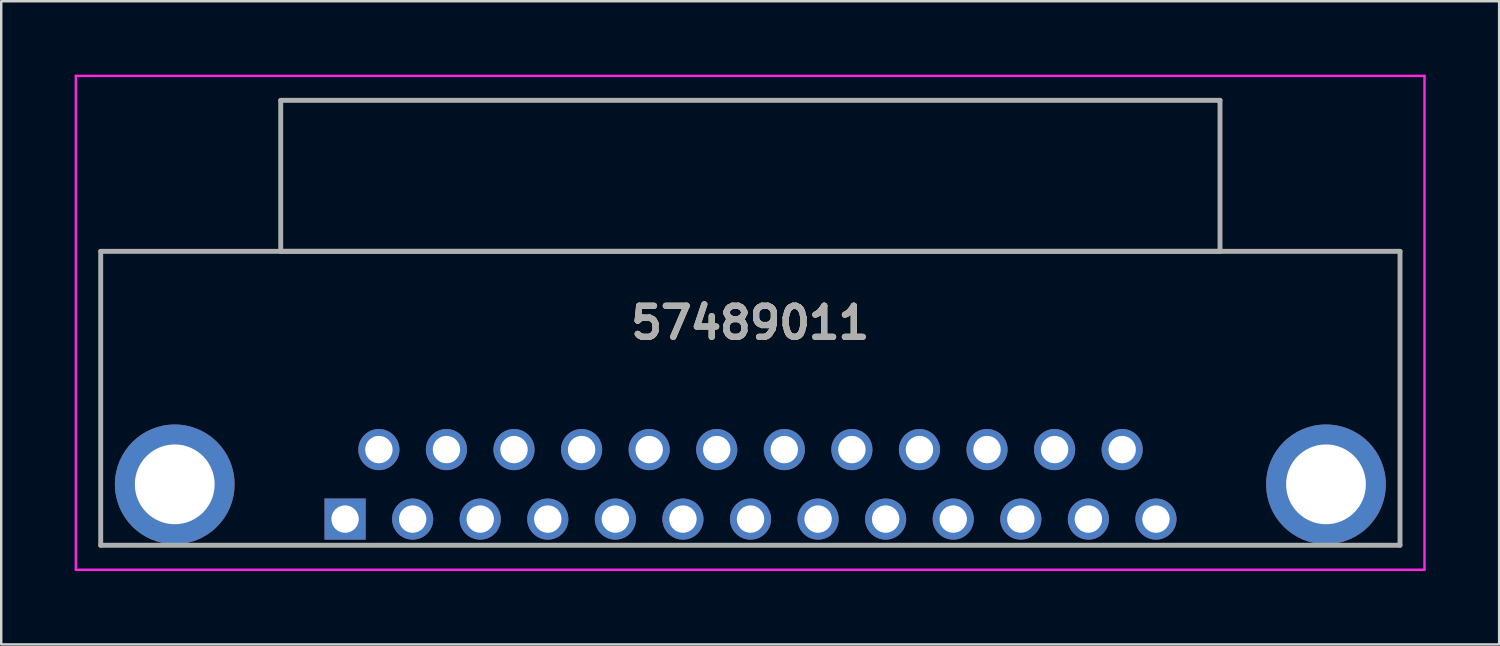
<source format=kicad_pcb>
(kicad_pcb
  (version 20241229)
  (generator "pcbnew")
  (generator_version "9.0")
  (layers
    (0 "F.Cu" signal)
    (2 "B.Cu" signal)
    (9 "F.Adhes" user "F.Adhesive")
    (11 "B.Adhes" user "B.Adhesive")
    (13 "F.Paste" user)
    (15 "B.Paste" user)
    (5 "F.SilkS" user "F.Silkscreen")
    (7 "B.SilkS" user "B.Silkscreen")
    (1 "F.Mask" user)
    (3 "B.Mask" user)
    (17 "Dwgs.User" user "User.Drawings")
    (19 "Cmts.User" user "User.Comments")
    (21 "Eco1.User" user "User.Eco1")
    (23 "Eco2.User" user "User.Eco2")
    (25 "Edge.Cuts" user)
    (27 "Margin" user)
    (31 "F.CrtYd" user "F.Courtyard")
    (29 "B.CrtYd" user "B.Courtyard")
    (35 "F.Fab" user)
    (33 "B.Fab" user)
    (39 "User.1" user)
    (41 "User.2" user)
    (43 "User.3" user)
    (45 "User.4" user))
  (footprint "57489011"
    (layer "F.Cu")
    (at 11.05 18.16)
    (property "Reference" "57489011" (at 16.553 -8.02 0) (layer "F.SilkS") (effects (font (size 1.27 1.27) (thickness 0.254))))
    (attr through_hole)
    (fp_line (start -10 -10.94) (end -10 1.07) (stroke (width 0.1) (type solid)) (layer "F.SilkS"))
    (fp_line (start -10 1.07) (end -9.985 1.07) (stroke (width 0.1) (type solid)) (layer "F.SilkS"))
    (fp_line (start -9.985 -10.94) (end -10 -10.94) (stroke (width 0.1) (type solid)) (layer "F.SilkS"))
    (fp_line (start -9.985 -10.94) (end -9.985 -10.94) (stroke (width 0.1) (type solid)) (layer "F.SilkS"))
    (fp_line (start -9.985 -10.94) (end 43.105 -10.94) (stroke (width 0.1) (type solid)) (layer "F.SilkS"))
    (fp_line (start -9.985 1.07) (end -9.985 -10.94) (stroke (width 0.1) (type solid)) (layer "F.SilkS"))
    (fp_line (start 43.105 -10.94) (end -9.985 -10.94) (stroke (width 0.1) (type solid)) (layer "F.SilkS"))
    (fp_line (start 43.105 -10.94) (end 43.105 -10.94) (stroke (width 0.1) (type solid)) (layer "F.SilkS"))
    (fp_line (start 43.105 -10.94) (end 43.105 -10.94) (stroke (width 0.1) (type solid)) (layer "F.SilkS"))
    (fp_line (start 43.105 -10.94) (end 43.105 1.07) (stroke (width 0.1) (type solid)) (layer "F.SilkS"))
    (fp_line (start 43.105 1.07) (end 43.105 -10.94) (stroke (width 0.1) (type solid)) (layer "F.SilkS"))
    (fp_line (start 43.105 1.07) (end 43.105 1.07) (stroke (width 0.1) (type solid)) (layer "F.SilkS"))
    (fp_line (start -11 -18.11) (end 44.105 -18.11) (stroke (width 0.1) (type solid)) (layer "F.CrtYd"))
    (fp_line (start -11 2.07) (end -11 -18.11) (stroke (width 0.1) (type solid)) (layer "F.CrtYd"))
    (fp_line (start 44.105 -18.11) (end 44.105 2.07) (stroke (width 0.1) (type solid)) (layer "F.CrtYd"))
    (fp_line (start 44.105 2.07) (end -11 2.07) (stroke (width 0.1) (type solid)) (layer "F.CrtYd"))
    (fp_line (start -9.985 -10.94) (end 43.105 -10.94) (stroke (width 0.2) (type solid)) (layer "F.Fab"))
    (fp_line (start -9.985 1.07) (end -9.985 -10.94) (stroke (width 0.2) (type solid)) (layer "F.Fab"))
    (fp_line (start -2.63 -17.11) (end -2.63 -10.94) (stroke (width 0.2) (type solid)) (layer "F.Fab"))
    (fp_line (start -2.63 -10.94) (end 35.75 -10.94) (stroke (width 0.2) (type solid)) (layer "F.Fab"))
    (fp_line (start 35.75 -17.11) (end -2.63 -17.11) (stroke (width 0.2) (type solid)) (layer "F.Fab"))
    (fp_line (start 35.75 -10.94) (end 35.75 -17.11) (stroke (width 0.2) (type solid)) (layer "F.Fab"))
    (fp_line (start 43.105 -10.94) (end 43.105 1.07) (stroke (width 0.2) (type solid)) (layer "F.Fab"))
    (fp_line (start 43.105 1.07) (end -9.985 1.07) (stroke (width 0.2) (type solid)) (layer "F.Fab"))
    (fp_text user "${REFERENCE}" (at 16.553 -8.02 0) (layer "F.Fab") (effects (font (size 1.27 1.27) (thickness 0.254))))
    (pad "1" thru_hole rect (at 0 0) (size 1.68 1.68) (drill 1.12) (layers "*.Cu" "*.Mask"))
    (pad "2" thru_hole circle (at 2.761 0) (size 1.68 1.68) (drill 1.12) (layers "*.Cu" "*.Mask"))
    (pad "3" thru_hole circle (at 5.522 0) (size 1.68 1.68) (drill 1.12) (layers "*.Cu" "*.Mask"))
    (pad "4" thru_hole circle (at 8.283 0) (size 1.68 1.68) (drill 1.12) (layers "*.Cu" "*.Mask"))
    (pad "5" thru_hole circle (at 11.044 0) (size 1.68 1.68) (drill 1.12) (layers "*.Cu" "*.Mask"))
    (pad "6" thru_hole circle (at 13.805 0) (size 1.68 1.68) (drill 1.12) (layers "*.Cu" "*.Mask"))
    (pad "7" thru_hole circle (at 16.566 0) (size 1.68 1.68) (drill 1.12) (layers "*.Cu" "*.Mask"))
    (pad "8" thru_hole circle (at 19.327 0) (size 1.68 1.68) (drill 1.12) (layers "*.Cu" "*.Mask"))
    (pad "9" thru_hole circle (at 22.088 0) (size 1.68 1.68) (drill 1.12) (layers "*.Cu" "*.Mask"))
    (pad "10" thru_hole circle (at 24.849 0) (size 1.68 1.68) (drill 1.12) (layers "*.Cu" "*.Mask"))
    (pad "11" thru_hole circle (at 27.61 0) (size 1.68 1.68) (drill 1.12) (layers "*.Cu" "*.Mask"))
    (pad "12" thru_hole circle (at 30.371 0) (size 1.68 1.68) (drill 1.12) (layers "*.Cu" "*.Mask"))
    (pad "13" thru_hole circle (at 33.133 0) (size 1.68 1.68) (drill 1.12) (layers "*.Cu" "*.Mask"))
    (pad "14" thru_hole circle (at 1.381 -2.84) (size 1.68 1.68) (drill 1.12) (layers "*.Cu" "*.Mask"))
    (pad "15" thru_hole circle (at 4.142 -2.84) (size 1.68 1.68) (drill 1.12) (layers "*.Cu" "*.Mask"))
    (pad "16" thru_hole circle (at 6.903 -2.84) (size 1.68 1.68) (drill 1.12) (layers "*.Cu" "*.Mask"))
    (pad "17" thru_hole circle (at 9.664 -2.84) (size 1.68 1.68) (drill 1.12) (layers "*.Cu" "*.Mask"))
    (pad "18" thru_hole circle (at 12.425 -2.84) (size 1.68 1.68) (drill 1.12) (layers "*.Cu" "*.Mask"))
    (pad "19" thru_hole circle (at 15.186 -2.84) (size 1.68 1.68) (drill 1.12) (layers "*.Cu" "*.Mask"))
    (pad "20" thru_hole circle (at 17.947 -2.84) (size 1.68 1.68) (drill 1.12) (layers "*.Cu" "*.Mask"))
    (pad "21" thru_hole circle (at 20.708 -2.84) (size 1.68 1.68) (drill 1.12) (layers "*.Cu" "*.Mask"))
    (pad "22" thru_hole circle (at 23.469 -2.84) (size 1.68 1.68) (drill 1.12) (layers "*.Cu" "*.Mask"))
    (pad "23" thru_hole circle (at 26.23 -2.84) (size 1.68 1.68) (drill 1.12) (layers "*.Cu" "*.Mask"))
    (pad "24" thru_hole circle (at 28.991 -2.84) (size 1.68 1.68) (drill 1.12) (layers "*.Cu" "*.Mask"))
    (pad "25" thru_hole circle (at 31.752 -2.84) (size 1.68 1.68) (drill 1.12) (layers "*.Cu" "*.Mask"))
    (pad "MH1" thru_hole circle (at -6.96 -1.42) (size 4.89 4.89) (drill 3.26) (layers "*.Cu" "*.Mask"))
    (pad "MH2" thru_hole circle (at 40.08 -1.42) (size 4.89 4.89) (drill 3.26) (layers "*.Cu" "*.Mask")))
  (gr_rect
    (start -3 -3)
    (end 58.205 23.28)
    (stroke (width 0.1) (type default))
    (fill no)
    (layer "Edge.Cuts")))
</source>
